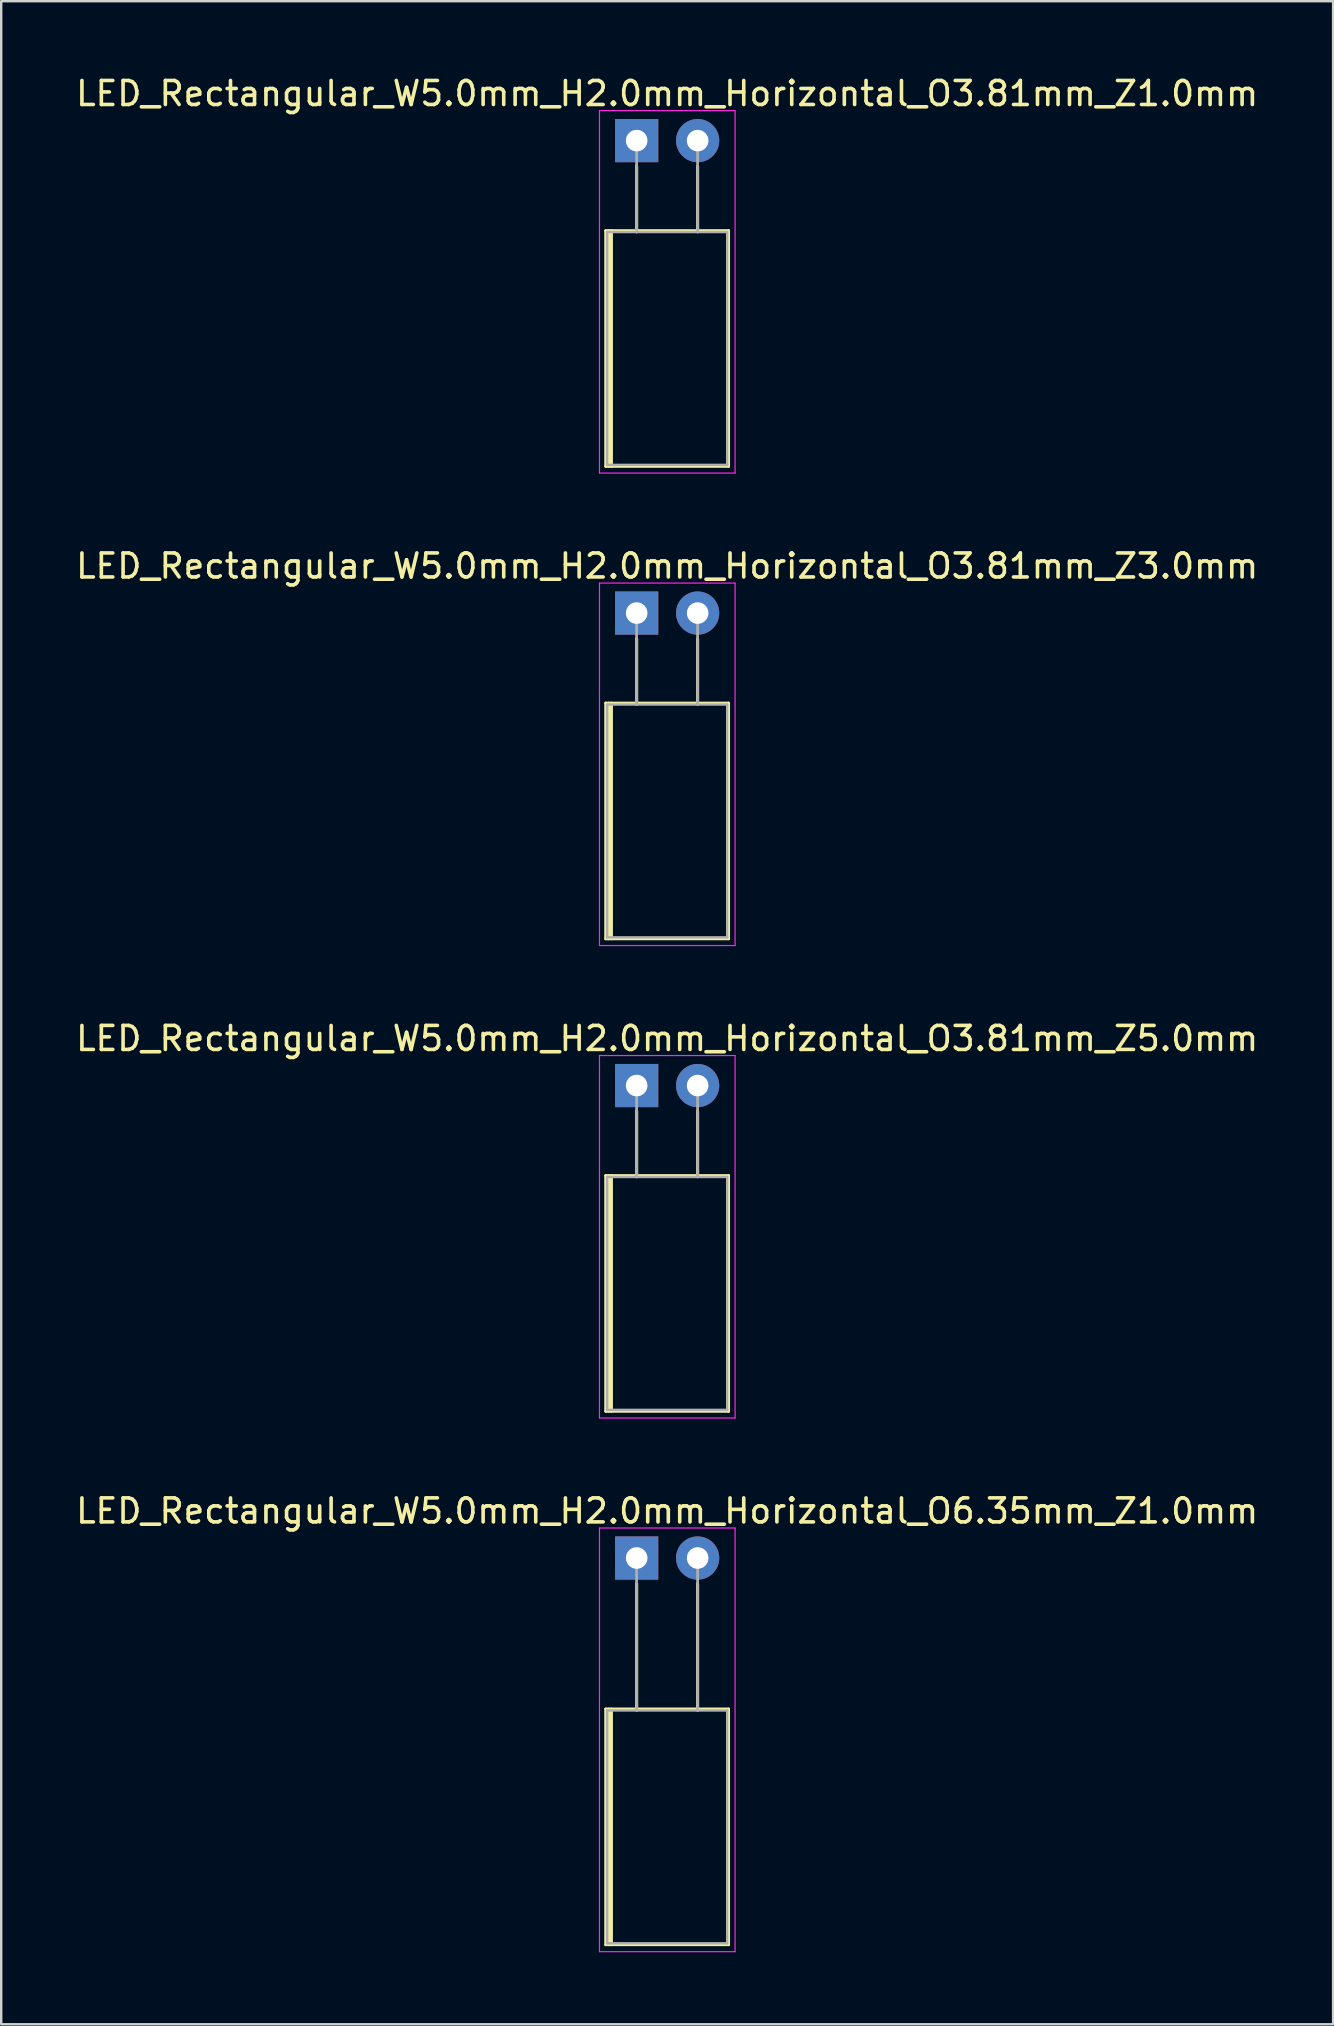
<source format=kicad_pcb>
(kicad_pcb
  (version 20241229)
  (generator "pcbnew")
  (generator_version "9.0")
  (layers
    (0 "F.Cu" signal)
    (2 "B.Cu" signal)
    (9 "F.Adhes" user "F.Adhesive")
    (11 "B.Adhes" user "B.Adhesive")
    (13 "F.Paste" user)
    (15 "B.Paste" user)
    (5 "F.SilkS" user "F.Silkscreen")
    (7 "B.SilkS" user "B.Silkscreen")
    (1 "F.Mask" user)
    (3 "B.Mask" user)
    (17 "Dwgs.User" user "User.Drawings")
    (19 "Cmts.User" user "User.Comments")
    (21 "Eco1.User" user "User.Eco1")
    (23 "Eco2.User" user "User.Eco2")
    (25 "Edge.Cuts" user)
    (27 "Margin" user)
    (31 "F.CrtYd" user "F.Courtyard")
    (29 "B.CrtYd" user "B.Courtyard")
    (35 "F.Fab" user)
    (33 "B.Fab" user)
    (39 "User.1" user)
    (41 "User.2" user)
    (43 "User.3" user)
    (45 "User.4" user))
  (footprint "LED_Rectangular_W5.0mm_H2.0mm_Horizontal_O3.81mm_Z1.0mm"
    (layer "F.Cu")
    (at 23.474 2.808)
    (property "Reference" "LED_Rectangular_W5.0mm_H2.0mm_Horizontal_O3.81mm_Z1.0mm" (at 1.27 -1.96 0) (layer "F.SilkS") (effects (font (size 1 1) (thickness 0.15))))
    (attr through_hole)
    (fp_line (start -1.29 3.75) (end -1.29 13.57) (stroke (width 0.12) (type solid)) (layer "F.SilkS"))
    (fp_line (start -1.29 13.57) (end 3.83 13.57) (stroke (width 0.12) (type solid)) (layer "F.SilkS"))
    (fp_line (start -1.17 3.75) (end -1.17 13.57) (stroke (width 0.12) (type solid)) (layer "F.SilkS"))
    (fp_line (start -1.05 3.75) (end -1.05 13.57) (stroke (width 0.12) (type solid)) (layer "F.SilkS"))
    (fp_line (start 0 1.08) (end 0 1.08) (stroke (width 0.12) (type solid)) (layer "F.SilkS"))
    (fp_line (start 0 1.08) (end 0 3.75) (stroke (width 0.12) (type solid)) (layer "F.SilkS"))
    (fp_line (start 0 3.75) (end 0 1.08) (stroke (width 0.12) (type solid)) (layer "F.SilkS"))
    (fp_line (start 0 3.75) (end 0 3.75) (stroke (width 0.12) (type solid)) (layer "F.SilkS"))
    (fp_line (start 2.54 1.08) (end 2.54 1.08) (stroke (width 0.12) (type solid)) (layer "F.SilkS"))
    (fp_line (start 2.54 1.08) (end 2.54 3.75) (stroke (width 0.12) (type solid)) (layer "F.SilkS"))
    (fp_line (start 2.54 3.75) (end 2.54 1.08) (stroke (width 0.12) (type solid)) (layer "F.SilkS"))
    (fp_line (start 2.54 3.75) (end 2.54 3.75) (stroke (width 0.12) (type solid)) (layer "F.SilkS"))
    (fp_line (start 3.83 3.75) (end -1.29 3.75) (stroke (width 0.12) (type solid)) (layer "F.SilkS"))
    (fp_line (start 3.83 13.57) (end 3.83 3.75) (stroke (width 0.12) (type solid)) (layer "F.SilkS"))
    (fp_line (start -1.55 -1.25) (end -1.55 13.85) (stroke (width 0.05) (type solid)) (layer "F.CrtYd"))
    (fp_line (start -1.55 13.85) (end 4.1 13.85) (stroke (width 0.05) (type solid)) (layer "F.CrtYd"))
    (fp_line (start 4.1 -1.25) (end -1.55 -1.25) (stroke (width 0.05) (type solid)) (layer "F.CrtYd"))
    (fp_line (start 4.1 13.85) (end 4.1 -1.25) (stroke (width 0.05) (type solid)) (layer "F.CrtYd"))
    (fp_line (start -1.23 3.81) (end -1.23 13.51) (stroke (width 0.1) (type solid)) (layer "F.Fab"))
    (fp_line (start -1.23 13.51) (end 3.77 13.51) (stroke (width 0.1) (type solid)) (layer "F.Fab"))
    (fp_line (start 0 0) (end 0 0) (stroke (width 0.1) (type solid)) (layer "F.Fab"))
    (fp_line (start 0 0) (end 0 3.81) (stroke (width 0.1) (type solid)) (layer "F.Fab"))
    (fp_line (start 0 3.81) (end 0 0) (stroke (width 0.1) (type solid)) (layer "F.Fab"))
    (fp_line (start 0 3.81) (end 0 3.81) (stroke (width 0.1) (type solid)) (layer "F.Fab"))
    (fp_line (start 2.54 0) (end 2.54 0) (stroke (width 0.1) (type solid)) (layer "F.Fab"))
    (fp_line (start 2.54 0) (end 2.54 3.81) (stroke (width 0.1) (type solid)) (layer "F.Fab"))
    (fp_line (start 2.54 3.81) (end 2.54 0) (stroke (width 0.1) (type solid)) (layer "F.Fab"))
    (fp_line (start 2.54 3.81) (end 2.54 3.81) (stroke (width 0.1) (type solid)) (layer "F.Fab"))
    (fp_line (start 3.77 3.81) (end -1.23 3.81) (stroke (width 0.1) (type solid)) (layer "F.Fab"))
    (fp_line (start 3.77 13.51) (end 3.77 3.81) (stroke (width 0.1) (type solid)) (layer "F.Fab"))
    (pad "1" thru_hole rect (at 0 0) (size 1.8 1.8) (drill 0.9) (layers "*.Cu" "*.Mask"))
    (pad "2" thru_hole circle (at 2.54 0) (size 1.8 1.8) (drill 0.9) (layers "*.Cu" "*.Mask")))
  (footprint "LED_Rectangular_W5.0mm_H2.0mm_Horizontal_O6.35mm_Z1.0mm"
    (layer "F.Cu")
    (at 23.474 61.858)
    (property "Reference" "LED_Rectangular_W5.0mm_H2.0mm_Horizontal_O6.35mm_Z1.0mm" (at 1.27 -1.96 0) (layer "F.SilkS") (effects (font (size 1 1) (thickness 0.15))))
    (attr through_hole)
    (fp_line (start -1.29 6.29) (end -1.29 16.11) (stroke (width 0.12) (type solid)) (layer "F.SilkS"))
    (fp_line (start -1.29 16.11) (end 3.83 16.11) (stroke (width 0.12) (type solid)) (layer "F.SilkS"))
    (fp_line (start -1.17 6.29) (end -1.17 16.11) (stroke (width 0.12) (type solid)) (layer "F.SilkS"))
    (fp_line (start -1.05 6.29) (end -1.05 16.11) (stroke (width 0.12) (type solid)) (layer "F.SilkS"))
    (fp_line (start 0 1.08) (end 0 1.08) (stroke (width 0.12) (type solid)) (layer "F.SilkS"))
    (fp_line (start 0 1.08) (end 0 6.29) (stroke (width 0.12) (type solid)) (layer "F.SilkS"))
    (fp_line (start 0 6.29) (end 0 1.08) (stroke (width 0.12) (type solid)) (layer "F.SilkS"))
    (fp_line (start 0 6.29) (end 0 6.29) (stroke (width 0.12) (type solid)) (layer "F.SilkS"))
    (fp_line (start 2.54 1.08) (end 2.54 1.08) (stroke (width 0.12) (type solid)) (layer "F.SilkS"))
    (fp_line (start 2.54 1.08) (end 2.54 6.29) (stroke (width 0.12) (type solid)) (layer "F.SilkS"))
    (fp_line (start 2.54 6.29) (end 2.54 1.08) (stroke (width 0.12) (type solid)) (layer "F.SilkS"))
    (fp_line (start 2.54 6.29) (end 2.54 6.29) (stroke (width 0.12) (type solid)) (layer "F.SilkS"))
    (fp_line (start 3.83 6.29) (end -1.29 6.29) (stroke (width 0.12) (type solid)) (layer "F.SilkS"))
    (fp_line (start 3.83 16.11) (end 3.83 6.29) (stroke (width 0.12) (type solid)) (layer "F.SilkS"))
    (fp_line (start -1.55 -1.25) (end -1.55 16.4) (stroke (width 0.05) (type solid)) (layer "F.CrtYd"))
    (fp_line (start -1.55 16.4) (end 4.1 16.4) (stroke (width 0.05) (type solid)) (layer "F.CrtYd"))
    (fp_line (start 4.1 -1.25) (end -1.55 -1.25) (stroke (width 0.05) (type solid)) (layer "F.CrtYd"))
    (fp_line (start 4.1 16.4) (end 4.1 -1.25) (stroke (width 0.05) (type solid)) (layer "F.CrtYd"))
    (fp_line (start -1.23 6.35) (end -1.23 16.05) (stroke (width 0.1) (type solid)) (layer "F.Fab"))
    (fp_line (start -1.23 16.05) (end 3.77 16.05) (stroke (width 0.1) (type solid)) (layer "F.Fab"))
    (fp_line (start 0 0) (end 0 0) (stroke (width 0.1) (type solid)) (layer "F.Fab"))
    (fp_line (start 0 0) (end 0 6.35) (stroke (width 0.1) (type solid)) (layer "F.Fab"))
    (fp_line (start 0 6.35) (end 0 0) (stroke (width 0.1) (type solid)) (layer "F.Fab"))
    (fp_line (start 0 6.35) (end 0 6.35) (stroke (width 0.1) (type solid)) (layer "F.Fab"))
    (fp_line (start 2.54 0) (end 2.54 0) (stroke (width 0.1) (type solid)) (layer "F.Fab"))
    (fp_line (start 2.54 0) (end 2.54 6.35) (stroke (width 0.1) (type solid)) (layer "F.Fab"))
    (fp_line (start 2.54 6.35) (end 2.54 0) (stroke (width 0.1) (type solid)) (layer "F.Fab"))
    (fp_line (start 2.54 6.35) (end 2.54 6.35) (stroke (width 0.1) (type solid)) (layer "F.Fab"))
    (fp_line (start 3.77 6.35) (end -1.23 6.35) (stroke (width 0.1) (type solid)) (layer "F.Fab"))
    (fp_line (start 3.77 16.05) (end 3.77 6.35) (stroke (width 0.1) (type solid)) (layer "F.Fab"))
    (pad "1" thru_hole rect (at 0 0) (size 1.8 1.8) (drill 0.9) (layers "*.Cu" "*.Mask"))
    (pad "2" thru_hole circle (at 2.54 0) (size 1.8 1.8) (drill 0.9) (layers "*.Cu" "*.Mask")))
  (footprint "LED_Rectangular_W5.0mm_H2.0mm_Horizontal_O3.81mm_Z3.0mm"
    (layer "F.Cu")
    (at 23.474 22.491)
    (property "Reference" "LED_Rectangular_W5.0mm_H2.0mm_Horizontal_O3.81mm_Z3.0mm" (at 1.27 -1.96 0) (layer "F.SilkS") (effects (font (size 1 1) (thickness 0.15))))
    (attr through_hole)
    (fp_line (start -1.29 3.75) (end -1.29 13.57) (stroke (width 0.12) (type solid)) (layer "F.SilkS"))
    (fp_line (start -1.29 13.57) (end 3.83 13.57) (stroke (width 0.12) (type solid)) (layer "F.SilkS"))
    (fp_line (start -1.17 3.75) (end -1.17 13.57) (stroke (width 0.12) (type solid)) (layer "F.SilkS"))
    (fp_line (start -1.05 3.75) (end -1.05 13.57) (stroke (width 0.12) (type solid)) (layer "F.SilkS"))
    (fp_line (start 0 1.08) (end 0 1.08) (stroke (width 0.12) (type solid)) (layer "F.SilkS"))
    (fp_line (start 0 1.08) (end 0 3.75) (stroke (width 0.12) (type solid)) (layer "F.SilkS"))
    (fp_line (start 0 3.75) (end 0 1.08) (stroke (width 0.12) (type solid)) (layer "F.SilkS"))
    (fp_line (start 0 3.75) (end 0 3.75) (stroke (width 0.12) (type solid)) (layer "F.SilkS"))
    (fp_line (start 2.54 1.08) (end 2.54 1.08) (stroke (width 0.12) (type solid)) (layer "F.SilkS"))
    (fp_line (start 2.54 1.08) (end 2.54 3.75) (stroke (width 0.12) (type solid)) (layer "F.SilkS"))
    (fp_line (start 2.54 3.75) (end 2.54 1.08) (stroke (width 0.12) (type solid)) (layer "F.SilkS"))
    (fp_line (start 2.54 3.75) (end 2.54 3.75) (stroke (width 0.12) (type solid)) (layer "F.SilkS"))
    (fp_line (start 3.83 3.75) (end -1.29 3.75) (stroke (width 0.12) (type solid)) (layer "F.SilkS"))
    (fp_line (start 3.83 13.57) (end 3.83 3.75) (stroke (width 0.12) (type solid)) (layer "F.SilkS"))
    (fp_line (start -1.55 -1.25) (end -1.55 13.85) (stroke (width 0.05) (type solid)) (layer "F.CrtYd"))
    (fp_line (start -1.55 13.85) (end 4.1 13.85) (stroke (width 0.05) (type solid)) (layer "F.CrtYd"))
    (fp_line (start 4.1 -1.25) (end -1.55 -1.25) (stroke (width 0.05) (type solid)) (layer "F.CrtYd"))
    (fp_line (start 4.1 13.85) (end 4.1 -1.25) (stroke (width 0.05) (type solid)) (layer "F.CrtYd"))
    (fp_line (start -1.23 3.81) (end -1.23 13.51) (stroke (width 0.1) (type solid)) (layer "F.Fab"))
    (fp_line (start -1.23 13.51) (end 3.77 13.51) (stroke (width 0.1) (type solid)) (layer "F.Fab"))
    (fp_line (start 0 0) (end 0 0) (stroke (width 0.1) (type solid)) (layer "F.Fab"))
    (fp_line (start 0 0) (end 0 3.81) (stroke (width 0.1) (type solid)) (layer "F.Fab"))
    (fp_line (start 0 3.81) (end 0 0) (stroke (width 0.1) (type solid)) (layer "F.Fab"))
    (fp_line (start 0 3.81) (end 0 3.81) (stroke (width 0.1) (type solid)) (layer "F.Fab"))
    (fp_line (start 2.54 0) (end 2.54 0) (stroke (width 0.1) (type solid)) (layer "F.Fab"))
    (fp_line (start 2.54 0) (end 2.54 3.81) (stroke (width 0.1) (type solid)) (layer "F.Fab"))
    (fp_line (start 2.54 3.81) (end 2.54 0) (stroke (width 0.1) (type solid)) (layer "F.Fab"))
    (fp_line (start 2.54 3.81) (end 2.54 3.81) (stroke (width 0.1) (type solid)) (layer "F.Fab"))
    (fp_line (start 3.77 3.81) (end -1.23 3.81) (stroke (width 0.1) (type solid)) (layer "F.Fab"))
    (fp_line (start 3.77 13.51) (end 3.77 3.81) (stroke (width 0.1) (type solid)) (layer "F.Fab"))
    (pad "1" thru_hole rect (at 0 0) (size 1.8 1.8) (drill 0.9) (layers "*.Cu" "*.Mask"))
    (pad "2" thru_hole circle (at 2.54 0) (size 1.8 1.8) (drill 0.9) (layers "*.Cu" "*.Mask")))
  (footprint "LED_Rectangular_W5.0mm_H2.0mm_Horizontal_O3.81mm_Z5.0mm"
    (layer "F.Cu")
    (at 23.474 42.175)
    (property "Reference" "LED_Rectangular_W5.0mm_H2.0mm_Horizontal_O3.81mm_Z5.0mm" (at 1.27 -1.96 0) (layer "F.SilkS") (effects (font (size 1 1) (thickness 0.15))))
    (attr through_hole)
    (fp_line (start -1.29 3.75) (end -1.29 13.57) (stroke (width 0.12) (type solid)) (layer "F.SilkS"))
    (fp_line (start -1.29 13.57) (end 3.83 13.57) (stroke (width 0.12) (type solid)) (layer "F.SilkS"))
    (fp_line (start -1.17 3.75) (end -1.17 13.57) (stroke (width 0.12) (type solid)) (layer "F.SilkS"))
    (fp_line (start -1.05 3.75) (end -1.05 13.57) (stroke (width 0.12) (type solid)) (layer "F.SilkS"))
    (fp_line (start 0 1.08) (end 0 1.08) (stroke (width 0.12) (type solid)) (layer "F.SilkS"))
    (fp_line (start 0 1.08) (end 0 3.75) (stroke (width 0.12) (type solid)) (layer "F.SilkS"))
    (fp_line (start 0 3.75) (end 0 1.08) (stroke (width 0.12) (type solid)) (layer "F.SilkS"))
    (fp_line (start 0 3.75) (end 0 3.75) (stroke (width 0.12) (type solid)) (layer "F.SilkS"))
    (fp_line (start 2.54 1.08) (end 2.54 1.08) (stroke (width 0.12) (type solid)) (layer "F.SilkS"))
    (fp_line (start 2.54 1.08) (end 2.54 3.75) (stroke (width 0.12) (type solid)) (layer "F.SilkS"))
    (fp_line (start 2.54 3.75) (end 2.54 1.08) (stroke (width 0.12) (type solid)) (layer "F.SilkS"))
    (fp_line (start 2.54 3.75) (end 2.54 3.75) (stroke (width 0.12) (type solid)) (layer "F.SilkS"))
    (fp_line (start 3.83 3.75) (end -1.29 3.75) (stroke (width 0.12) (type solid)) (layer "F.SilkS"))
    (fp_line (start 3.83 13.57) (end 3.83 3.75) (stroke (width 0.12) (type solid)) (layer "F.SilkS"))
    (fp_line (start -1.55 -1.25) (end -1.55 13.85) (stroke (width 0.05) (type solid)) (layer "F.CrtYd"))
    (fp_line (start -1.55 13.85) (end 4.1 13.85) (stroke (width 0.05) (type solid)) (layer "F.CrtYd"))
    (fp_line (start 4.1 -1.25) (end -1.55 -1.25) (stroke (width 0.05) (type solid)) (layer "F.CrtYd"))
    (fp_line (start 4.1 13.85) (end 4.1 -1.25) (stroke (width 0.05) (type solid)) (layer "F.CrtYd"))
    (fp_line (start -1.23 3.81) (end -1.23 13.51) (stroke (width 0.1) (type solid)) (layer "F.Fab"))
    (fp_line (start -1.23 13.51) (end 3.77 13.51) (stroke (width 0.1) (type solid)) (layer "F.Fab"))
    (fp_line (start 0 0) (end 0 0) (stroke (width 0.1) (type solid)) (layer "F.Fab"))
    (fp_line (start 0 0) (end 0 3.81) (stroke (width 0.1) (type solid)) (layer "F.Fab"))
    (fp_line (start 0 3.81) (end 0 0) (stroke (width 0.1) (type solid)) (layer "F.Fab"))
    (fp_line (start 0 3.81) (end 0 3.81) (stroke (width 0.1) (type solid)) (layer "F.Fab"))
    (fp_line (start 2.54 0) (end 2.54 0) (stroke (width 0.1) (type solid)) (layer "F.Fab"))
    (fp_line (start 2.54 0) (end 2.54 3.81) (stroke (width 0.1) (type solid)) (layer "F.Fab"))
    (fp_line (start 2.54 3.81) (end 2.54 0) (stroke (width 0.1) (type solid)) (layer "F.Fab"))
    (fp_line (start 2.54 3.81) (end 2.54 3.81) (stroke (width 0.1) (type solid)) (layer "F.Fab"))
    (fp_line (start 3.77 3.81) (end -1.23 3.81) (stroke (width 0.1) (type solid)) (layer "F.Fab"))
    (fp_line (start 3.77 13.51) (end 3.77 3.81) (stroke (width 0.1) (type solid)) (layer "F.Fab"))
    (pad "1" thru_hole rect (at 0 0) (size 1.8 1.8) (drill 0.9) (layers "*.Cu" "*.Mask"))
    (pad "2" thru_hole circle (at 2.54 0) (size 1.8 1.8) (drill 0.9) (layers "*.Cu" "*.Mask")))
  (gr_rect
    (start -3 -3)
    (end 52.488 81.283)
    (stroke (width 0.1) (type default))
    (fill no)
    (layer "Edge.Cuts")))
</source>
